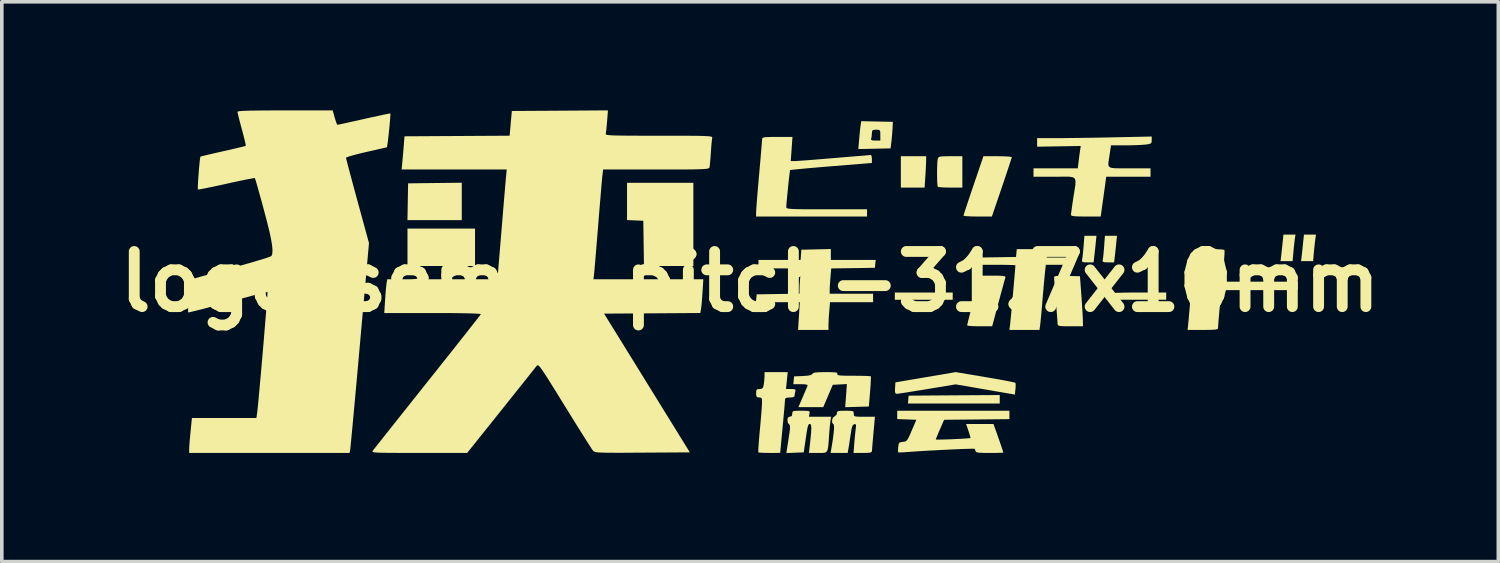
<source format=kicad_pcb>
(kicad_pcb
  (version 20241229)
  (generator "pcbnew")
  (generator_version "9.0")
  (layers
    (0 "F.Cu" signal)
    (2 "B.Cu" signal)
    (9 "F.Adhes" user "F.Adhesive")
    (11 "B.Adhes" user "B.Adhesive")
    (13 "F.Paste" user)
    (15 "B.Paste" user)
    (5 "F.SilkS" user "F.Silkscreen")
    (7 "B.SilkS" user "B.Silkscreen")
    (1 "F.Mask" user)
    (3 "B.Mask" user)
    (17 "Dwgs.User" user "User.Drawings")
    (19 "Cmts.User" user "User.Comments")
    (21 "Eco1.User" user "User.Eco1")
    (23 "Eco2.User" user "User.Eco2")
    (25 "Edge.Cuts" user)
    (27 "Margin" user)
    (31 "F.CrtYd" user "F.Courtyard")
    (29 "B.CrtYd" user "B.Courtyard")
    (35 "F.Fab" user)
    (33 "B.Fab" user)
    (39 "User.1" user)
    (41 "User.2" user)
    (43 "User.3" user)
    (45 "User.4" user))
  (footprint "logo_sema-pitch-31.7x10mm"
    (layer "F.Cu")
    (at 17.678 4.734)
    (property "Reference" "logo_sema-pitch-31.7x10mm" (at 0 0 0) (layer "F.SilkS") (effects (font (size 1.524 1.524) (thickness 0.3))))
    (attr board_only exclude_from_pos_files exclude_from_bom)
    (fp_poly (pts (xy -7.6 -0.433) (xy -9.467 -0.433) (xy -9.467 -1.467) (xy -7.6 -1.467)) (stroke (width 0) (type solid)) (fill yes) (layer "F.SilkS"))
    (fp_poly (pts (xy 5.6 0.5) (xy 4 0.5) (xy 4 0.3) (xy 5.6 0.3)) (stroke (width 0) (type solid)) (fill yes) (layer "F.SilkS"))
    (fp_poly (pts (xy 6.9 3.367) (xy 4.362 3.367) (xy 4.383 3.15) (xy 5.642 3.141) (xy 6.9 3.133)) (stroke (width 0) (type solid)) (fill yes) (layer "F.SilkS"))
    (fp_poly (pts (xy -7.967 -1.7) (xy -9.468 -1.7) (xy -9.459 -2.208) (xy -9.45 -2.717) (xy -8.708 -2.726) (xy -7.967 -2.735)) (stroke (width 0) (type solid)) (fill yes) (layer "F.SilkS"))
    (fp_poly (pts (xy -1.567 -0.433) (xy -2.932 -0.433) (xy -2.95 -1.683) (xy -3.4 -1.703) (xy -3.4 -2.733) (xy -1.567 -2.733)) (stroke (width 0) (type solid)) (fill yes) (layer "F.SilkS"))
    (fp_poly (pts (xy 4.866 -3.358) (xy 4.864 -3.277) (xy 4.858 -3.151) (xy 4.85 -3.002) (xy 4.845 -2.925) (xy 4.823 -2.6) (xy 4.167 -2.6) (xy 4.167 -3.467) (xy 4.867 -3.467)) (stroke (width 0) (type solid)) (fill yes) (layer "F.SilkS"))
    (fp_poly (pts (xy 11.5 0.5) (xy 9.859 0.5) (xy 9.879 0.425) (xy 9.895 0.356) (xy 9.9 0.325) (xy 9.931 0.318) (xy 10.021 0.312) (xy 10.159 0.307) (xy 10.336 0.303) (xy 10.544 0.3) (xy 10.7 0.3) (xy 11.5 0.3)) (stroke (width 0) (type solid)) (fill yes) (layer "F.SilkS"))
    (fp_poly (pts (xy 15.054 -1.175) (xy 15.042 -1.077) (xy 15.027 -0.942) (xy 15.015 -0.808) (xy 14.993 -0.567) (xy 14.66 -0.567) (xy 14.679 -0.725) (xy 14.693 -0.85) (xy 14.709 -1) (xy 14.719 -1.092) (xy 14.74 -1.3) (xy 15.073 -1.3)) (stroke (width 0) (type solid)) (fill yes) (layer "F.SilkS"))
    (fp_poly (pts (xy 15.621 -1.175) (xy 15.609 -1.077) (xy 15.594 -0.942) (xy 15.581 -0.808) (xy 15.56 -0.567) (xy 15.227 -0.567) (xy 15.246 -0.725) (xy 15.26 -0.85) (xy 15.276 -1) (xy 15.285 -1.092) (xy 15.307 -1.3) (xy 15.639 -1.3)) (stroke (width 0) (type solid)) (fill yes) (layer "F.SilkS"))
    (fp_poly (pts (xy 9.552 -1.058) (xy 9.537 -0.914) (xy 9.521 -0.768) (xy 9.512 -0.692) (xy 9.494 -0.533) (xy 9.328 -0.533) (xy 9.23 -0.535) (xy 9.183 -0.547) (xy 9.172 -0.579) (xy 9.179 -0.625) (xy 9.19 -0.701) (xy 9.203 -0.821) (xy 9.216 -0.961) (xy 9.218 -0.992) (xy 9.24 -1.267) (xy 9.573 -1.267)) (stroke (width 0) (type solid)) (fill yes) (layer "F.SilkS"))
    (fp_poly (pts (xy 10.119 -1.058) (xy 10.104 -0.914) (xy 10.088 -0.768) (xy 10.079 -0.692) (xy 10.06 -0.533) (xy 9.895 -0.533) (xy 9.796 -0.537) (xy 9.75 -0.55) (xy 9.742 -0.579) (xy 9.745 -0.592) (xy 9.755 -0.65) (xy 9.767 -0.756) (xy 9.779 -0.891) (xy 9.784 -0.958) (xy 9.807 -1.267) (xy 10.14 -1.267)) (stroke (width 0) (type solid)) (fill yes) (layer "F.SilkS"))
    (fp_poly (pts (xy 5.867 -2.6) (xy 5.539 -2.6) (xy 5.397 -2.602) (xy 5.281 -2.608) (xy 5.207 -2.616) (xy 5.189 -2.622) (xy 5.179 -2.664) (xy 5.172 -2.755) (xy 5.169 -2.88) (xy 5.168 -3.02) (xy 5.17 -3.16) (xy 5.175 -3.282) (xy 5.183 -3.369) (xy 5.188 -3.392) (xy 5.201 -3.426) (xy 5.226 -3.448) (xy 5.277 -3.46) (xy 5.367 -3.465) (xy 5.508 -3.467) (xy 5.537 -3.467) (xy 5.867 -3.467)) (stroke (width 0) (type solid)) (fill yes) (layer "F.SilkS"))
    (fp_poly (pts (xy 6.994 -3.465) (xy 7.119 -3.459) (xy 7.203 -3.451) (xy 7.234 -3.442) (xy 7.223 -3.405) (xy 7.194 -3.313) (xy 7.149 -3.176) (xy 7.091 -3.002) (xy 7.023 -2.799) (xy 6.959 -2.609) (xy 6.683 -1.801) (xy 6.292 -1.8) (xy 6.139 -1.802) (xy 6.014 -1.808) (xy 5.93 -1.815) (xy 5.899 -1.825) (xy 5.909 -1.862) (xy 5.938 -1.954) (xy 5.983 -2.091) (xy 6.041 -2.265) (xy 6.109 -2.468) (xy 6.174 -2.658) (xy 6.449 -3.467) (xy 6.841 -3.467)) (stroke (width 0) (type solid)) (fill yes) (layer "F.SilkS"))
    (fp_poly (pts (xy 6.5 2.637) (xy 6.725 2.675) (xy 6.928 2.711) (xy 7.099 2.743) (xy 7.23 2.769) (xy 7.311 2.788) (xy 7.334 2.796) (xy 7.341 2.839) (xy 7.338 2.923) (xy 7.334 2.969) (xy 7.317 3.12) (xy 6.5 2.979) (xy 5.683 2.838) (xy 4.894 2.969) (xy 4.67 3.006) (xy 4.467 3.038) (xy 4.293 3.066) (xy 4.159 3.086) (xy 4.074 3.098) (xy 4.051 3.1) (xy 4.018 3.087) (xy 4.004 3.039) (xy 4.007 2.942) (xy 4.017 2.783) (xy 5.683 2.499)) (stroke (width 0) (type solid)) (fill yes) (layer "F.SilkS"))
    (fp_poly (pts (xy 6.878 -0.165) (xy 6.986 -0.158) (xy 7.044 -0.147) (xy 7.06 -0.129) (xy 7.059 -0.125) (xy 7.046 -0.081) (xy 7.019 0.016) (xy 6.98 0.158) (xy 6.932 0.333) (xy 6.879 0.53) (xy 6.867 0.575) (xy 6.691 1.233) (xy 6.345 1.233) (xy 6.203 1.231) (xy 6.088 1.225) (xy 6.017 1.216) (xy 5.999 1.208) (xy 6.007 1.17) (xy 6.029 1.077) (xy 6.064 0.939) (xy 6.107 0.767) (xy 6.158 0.57) (xy 6.174 0.509) (xy 6.35 -0.166) (xy 6.712 -0.166)) (stroke (width 0) (type solid)) (fill yes) (layer "F.SilkS"))
    (fp_poly (pts (xy 8.728 -0.16) (xy 8.758 -0.159) (xy 9.117 -0.15) (xy 9.155 0.367) (xy 9.169 0.562) (xy 9.181 0.748) (xy 9.19 0.908) (xy 9.196 1.026) (xy 9.197 1.058) (xy 9.2 1.233) (xy 8.85 1.233) (xy 8.693 1.232) (xy 8.591 1.228) (xy 8.532 1.217) (xy 8.506 1.2) (xy 8.499 1.175) (xy 8.496 1.124) (xy 8.489 1.019) (xy 8.478 0.87) (xy 8.464 0.691) (xy 8.45 0.517) (xy 8.435 0.322) (xy 8.421 0.148) (xy 8.41 0.008) (xy 8.403 -0.088) (xy 8.401 -0.126) (xy 8.417 -0.146) (xy 8.47 -0.157) (xy 8.571 -0.162)) (stroke (width 0) (type solid)) (fill yes) (layer "F.SilkS"))
    (fp_poly (pts (xy 3.51 -4.426) (xy 3.946 -4.417) (xy 3.938 -4.233) (xy 3.927 -4.084) (xy 3.913 -3.924) (xy 3.906 -3.867) (xy 3.883 -3.683) (xy 2.992 -3.665) (xy 3.013 -3.919) (xy 3.346 -3.919) (xy 3.386 -3.903) (xy 3.463 -3.9) (xy 3.6 -3.9) (xy 3.6 -4.05) (xy 3.598 -4.142) (xy 3.581 -4.186) (xy 3.535 -4.199) (xy 3.483 -4.2) (xy 3.405 -4.194) (xy 3.373 -4.166) (xy 3.367 -4.103) (xy 3.36 -4.013) (xy 3.346 -3.953) (xy 3.346 -3.919) (xy 3.013 -3.919) (xy 3.014 -3.924) (xy 3.027 -4.069) (xy 3.041 -4.205) (xy 3.053 -4.305) (xy 3.054 -4.309) (xy 3.073 -4.435)) (stroke (width 0) (type solid)) (fill yes) (layer "F.SilkS"))
    (fp_poly (pts (xy 2.233 -0.6) (xy 3.471 -0.6) (xy 3.45 -0.383) (xy 2.846 -0.374) (xy 2.243 -0.365) (xy 2.221 -0.111) (xy 2.211 0.027) (xy 2.203 0.15) (xy 2.2 0.234) (xy 2.2 0.238) (xy 2.2 0.333) (xy 3.4 0.333) (xy 3.4 0.567) (xy 2.21 0.567) (xy 2.188 0.822) (xy 2.177 0.966) (xy 2.17 1.103) (xy 2.167 1.202) (xy 2.167 1.205) (xy 2.167 1.333) (xy 1.327 1.333) (xy 1.351 0.95) (xy 1.375 0.567) (xy 0.162 0.567) (xy 0.183 0.35) (xy 0.775 0.341) (xy 1.367 0.332) (xy 1.367 0.208) (xy 1.37 0.107) (xy 1.379 -0.027) (xy 1.388 -0.142) (xy 1.41 -0.367) (xy 0.233 -0.367) (xy 0.233 -0.6) (xy 1.396 -0.6) (xy 1.417 -0.883) (xy 2.233 -0.902)) (stroke (width 0) (type solid)) (fill yes) (layer "F.SilkS"))
    (fp_poly (pts (xy 8.2 -0.667) (xy 8.988 -0.667) (xy 8.959 -0.467) (xy 8.174 -0.467) (xy 8.154 -0.292) (xy 8.145 -0.201) (xy 8.131 -0.059) (xy 8.115 0.12) (xy 8.097 0.322) (xy 8.082 0.5) (xy 8.065 0.704) (xy 8.048 0.891) (xy 8.033 1.05) (xy 8.021 1.166) (xy 8.014 1.225) (xy 7.997 1.333) (xy 7.166 1.333) (xy 7.183 1.208) (xy 7.19 1.152) (xy 7.2 1.043) (xy 7.215 0.892) (xy 7.232 0.712) (xy 7.25 0.512) (xy 7.269 0.305) (xy 7.287 0.102) (xy 7.303 -0.085) (xy 7.317 -0.245) (xy 7.327 -0.367) (xy 7.333 -0.439) (xy 7.333 -0.453) (xy 7.302 -0.457) (xy 7.214 -0.461) (xy 7.082 -0.464) (xy 6.915 -0.466) (xy 6.767 -0.467) (xy 6.2 -0.467) (xy 6.2 -0.665) (xy 6.775 -0.674) (xy 7.35 -0.683) (xy 7.371 -0.9) (xy 8.2 -0.9)) (stroke (width 0) (type solid)) (fill yes) (layer "F.SilkS"))
    (fp_poly (pts (xy 12.854 -0.898) (xy 12.984 -0.893) (xy 13.073 -0.885) (xy 13.11 -0.875) (xy 13.113 -0.832) (xy 13.109 -0.736) (xy 13.1 -0.6) (xy 13.086 -0.437) (xy 13.069 -0.258) (xy 13.054 -0.125) (xy 13.04 0) (xy 15.133 0) (xy 15.133 0.233) (xy 13.036 0.233) (xy 13.019 0.342) (xy 13.009 0.418) (xy 12.996 0.541) (xy 12.981 0.692) (xy 12.966 0.855) (xy 12.952 1.012) (xy 12.941 1.148) (xy 12.935 1.245) (xy 12.933 1.277) (xy 12.927 1.3) (xy 12.9 1.316) (xy 12.843 1.326) (xy 12.744 1.331) (xy 12.594 1.333) (xy 12.512 1.333) (xy 12.091 1.333) (xy 12.111 1.142) (xy 12.12 1.055) (xy 12.132 0.914) (xy 12.148 0.729) (xy 12.167 0.513) (xy 12.186 0.278) (xy 12.201 0.1) (xy 12.221 -0.135) (xy 12.239 -0.351) (xy 12.256 -0.538) (xy 12.27 -0.686) (xy 12.281 -0.786) (xy 12.286 -0.825) (xy 12.295 -0.857) (xy 12.316 -0.878) (xy 12.359 -0.891) (xy 12.437 -0.897) (xy 12.56 -0.9) (xy 12.699 -0.9)) (stroke (width 0) (type solid)) (fill yes) (layer "F.SilkS"))
    (fp_poly (pts (xy 2.242 2.501) (xy 2.342 2.506) (xy 2.396 2.516) (xy 2.414 2.533) (xy 2.412 2.55) (xy 2.412 2.57) (xy 2.438 2.584) (xy 2.497 2.593) (xy 2.6 2.598) (xy 2.756 2.6) (xy 2.858 2.6) (xy 3.026 2.601) (xy 3.17 2.604) (xy 3.276 2.608) (xy 3.332 2.613) (xy 3.337 2.615) (xy 3.34 2.651) (xy 3.337 2.741) (xy 3.33 2.871) (xy 3.318 3.028) (xy 3.317 3.04) (xy 3.283 3.45) (xy 2.956 3.46) (xy 2.629 3.469) (xy 2.653 3.149) (xy 2.676 2.83) (xy 2.481 2.84) (xy 2.286 2.85) (xy 2.023 3.467) (xy 1.336 3.467) (xy 1.455 3.192) (xy 1.509 3.064) (xy 1.555 2.958) (xy 1.584 2.889) (xy 1.59 2.875) (xy 1.581 2.851) (xy 1.522 2.837) (xy 1.406 2.833) (xy 1.401 2.833) (xy 1.196 2.833) (xy 1.206 2.725) (xy 1.217 2.617) (xy 1.46 2.607) (xy 1.601 2.597) (xy 1.685 2.578) (xy 1.721 2.55) (xy 1.722 2.549) (xy 1.745 2.526) (xy 1.801 2.511) (xy 1.899 2.503) (xy 2.052 2.5) (xy 2.086 2.5)) (stroke (width 0) (type solid)) (fill yes) (layer "F.SilkS"))
    (fp_poly (pts (xy 1.538 3.568) (xy 1.61 3.573) (xy 1.642 3.589) (xy 1.647 3.619) (xy 1.641 3.65) (xy 1.626 3.733) (xy 2.241 3.733) (xy 2.222 3.842) (xy 2.212 3.925) (xy 2.199 4.051) (xy 2.187 4.198) (xy 2.183 4.25) (xy 2.171 4.438) (xy 2.158 4.57) (xy 2.14 4.656) (xy 2.11 4.705) (xy 2.061 4.727) (xy 1.988 4.734) (xy 1.883 4.733) (xy 1.878 4.733) (xy 1.627 4.733) (xy 1.646 4.575) (xy 1.671 4.346) (xy 1.687 4.176) (xy 1.693 4.057) (xy 1.689 3.982) (xy 1.675 3.943) (xy 1.655 3.933) (xy 1.632 3.936) (xy 1.615 3.952) (xy 1.599 3.991) (xy 1.583 4.061) (xy 1.563 4.174) (xy 1.539 4.338) (xy 1.525 4.433) (xy 1.483 4.717) (xy 1.004 4.736) (xy 1.02 4.626) (xy 1.033 4.541) (xy 1.053 4.415) (xy 1.075 4.271) (xy 1.08 4.239) (xy 1.1 4.099) (xy 1.106 4.012) (xy 1.1 3.965) (xy 1.08 3.944) (xy 1.078 3.943) (xy 1.046 3.901) (xy 1.033 3.83) (xy 1.045 3.758) (xy 1.086 3.734) (xy 1.1 3.733) (xy 1.152 3.714) (xy 1.167 3.65) (xy 1.17 3.607) (xy 1.189 3.582) (xy 1.238 3.571) (xy 1.331 3.567) (xy 1.412 3.567)) (stroke (width 0) (type solid)) (fill yes) (layer "F.SilkS"))
    (fp_poly (pts (xy 2.755 3.568) (xy 2.825 3.575) (xy 2.857 3.593) (xy 2.866 3.628) (xy 2.867 3.65) (xy 2.869 3.69) (xy 2.885 3.714) (xy 2.928 3.727) (xy 3.01 3.732) (xy 3.145 3.733) (xy 3.159 3.733) (xy 3.451 3.733) (xy 3.411 4.175) (xy 3.396 4.344) (xy 3.383 4.492) (xy 3.374 4.606) (xy 3.369 4.67) (xy 3.369 4.675) (xy 3.359 4.705) (xy 3.324 4.723) (xy 3.249 4.731) (xy 3.123 4.733) (xy 3.113 4.733) (xy 2.86 4.733) (xy 2.881 4.458) (xy 2.894 4.31) (xy 2.908 4.171) (xy 2.92 4.067) (xy 2.921 4.055) (xy 2.93 3.973) (xy 2.917 3.94) (xy 2.879 3.939) (xy 2.847 3.957) (xy 2.821 4.005) (xy 2.8 4.096) (xy 2.778 4.234) (xy 2.756 4.379) (xy 2.736 4.512) (xy 2.72 4.609) (xy 2.717 4.625) (xy 2.697 4.733) (xy 2.226 4.733) (xy 2.245 4.625) (xy 2.286 4.373) (xy 2.311 4.177) (xy 2.322 4.037) (xy 2.316 3.958) (xy 2.305 3.94) (xy 2.27 3.9) (xy 2.266 3.831) (xy 2.288 3.762) (xy 2.333 3.724) (xy 2.39 3.679) (xy 2.4 3.636) (xy 2.406 3.6) (xy 2.432 3.579) (xy 2.493 3.569) (xy 2.604 3.567) (xy 2.633 3.567)) (stroke (width 0) (type solid)) (fill yes) (layer "F.SilkS"))
    (fp_poly (pts (xy 1.017 2.733) (xy 0.993 2.967) (xy 1.134 2.967) (xy 1.221 2.971) (xy 1.256 2.989) (xy 1.254 3.019) (xy 1.236 3.099) (xy 1.233 3.136) (xy 1.221 3.178) (xy 1.173 3.197) (xy 1.1 3.2) (xy 1.011 3.207) (xy 0.972 3.231) (xy 0.966 3.258) (xy 0.963 3.308) (xy 0.955 3.413) (xy 0.942 3.563) (xy 0.925 3.747) (xy 0.906 3.954) (xy 0.9 4.017) (xy 0.88 4.225) (xy 0.863 4.409) (xy 0.849 4.56) (xy 0.839 4.667) (xy 0.834 4.721) (xy 0.834 4.725) (xy 0.803 4.73) (xy 0.724 4.733) (xy 0.615 4.734) (xy 0.493 4.732) (xy 0.376 4.73) (xy 0.284 4.725) (xy 0.233 4.72) (xy 0.229 4.718) (xy 0.227 4.682) (xy 0.231 4.59) (xy 0.241 4.453) (xy 0.254 4.281) (xy 0.271 4.093) (xy 0.29 3.888) (xy 0.307 3.695) (xy 0.32 3.53) (xy 0.328 3.405) (xy 0.331 3.342) (xy 0.329 3.252) (xy 0.311 3.211) (xy 0.267 3.2) (xy 0.25 3.2) (xy 0.194 3.191) (xy 0.171 3.152) (xy 0.167 3.083) (xy 0.172 3.005) (xy 0.201 2.973) (xy 0.262 2.967) (xy 0.327 2.958) (xy 0.36 2.921) (xy 0.379 2.842) (xy 0.393 2.724) (xy 0.4 2.612) (xy 0.4 2.608) (xy 0.4 2.5) (xy 1.04 2.5)) (stroke (width 0) (type solid)) (fill yes) (layer "F.SilkS"))
    (fp_poly (pts (xy 11.1 -3.91) (xy 11.096 -3.851) (xy 11.072 -3.818) (xy 11.012 -3.8) (xy 10.925 -3.788) (xy 10.819 -3.78) (xy 10.668 -3.773) (xy 10.495 -3.768) (xy 10.362 -3.767) (xy 9.975 -3.767) (xy 9.937 -3.515) (xy 9.916 -3.379) (xy 9.902 -3.279) (xy 9.905 -3.21) (xy 9.933 -3.167) (xy 9.993 -3.143) (xy 10.095 -3.134) (xy 10.246 -3.132) (xy 10.454 -3.133) (xy 10.483 -3.133) (xy 11.067 -3.133) (xy 11.067 -2.9) (xy 9.843 -2.9) (xy 9.767 -2.35) (xy 9.69 -1.8) (xy 9.278 -1.8) (xy 9.095 -1.802) (xy 8.971 -1.808) (xy 8.898 -1.819) (xy 8.869 -1.836) (xy 8.867 -1.842) (xy 8.872 -1.889) (xy 8.886 -1.988) (xy 8.905 -2.126) (xy 8.929 -2.288) (xy 8.933 -2.317) (xy 8.967 -2.526) (xy 8.99 -2.678) (xy 8.994 -2.784) (xy 8.973 -2.85) (xy 8.918 -2.886) (xy 8.822 -2.901) (xy 8.676 -2.902) (xy 8.474 -2.9) (xy 8.417 -2.9) (xy 7.833 -2.9) (xy 7.833 -3.133) (xy 9.057 -3.133) (xy 9.08 -3.325) (xy 9.096 -3.455) (xy 9.113 -3.578) (xy 9.121 -3.633) (xy 9.139 -3.75) (xy 8.536 -3.74) (xy 7.933 -3.73) (xy 7.933 -3.967) (xy 8.461 -3.967) (xy 8.633 -3.967) (xy 8.858 -3.97) (xy 9.121 -3.973) (xy 9.408 -3.977) (xy 9.705 -3.982) (xy 9.998 -3.988) (xy 10.045 -3.989) (xy 11.1 -4.011)) (stroke (width 0) (type solid)) (fill yes) (layer "F.SilkS"))
    (fp_poly (pts (xy 1.125 -3.333) (xy 1.238 -3.333) (xy 1.3 -3.336) (xy 1.419 -3.344) (xy 1.585 -3.356) (xy 1.789 -3.372) (xy 2.021 -3.391) (xy 2.273 -3.412) (xy 2.333 -3.417) (xy 2.582 -3.438) (xy 2.81 -3.457) (xy 3.008 -3.473) (xy 3.167 -3.486) (xy 3.279 -3.495) (xy 3.336 -3.5) (xy 3.341 -3.5) (xy 3.358 -3.471) (xy 3.367 -3.4) (xy 3.367 -3.391) (xy 3.367 -3.281) (xy 2.243 -3.189) (xy 1.976 -3.167) (xy 1.732 -3.146) (xy 1.517 -3.127) (xy 1.339 -3.11) (xy 1.207 -3.097) (xy 1.127 -3.088) (xy 1.107 -3.085) (xy 1.1 -3.05) (xy 1.089 -2.963) (xy 1.074 -2.837) (xy 1.058 -2.687) (xy 1.042 -2.526) (xy 1.026 -2.369) (xy 1.013 -2.229) (xy 1.004 -2.12) (xy 1.001 -2.058) (xy 1.004 -2.043) (xy 1.02 -2.03) (xy 1.053 -2.02) (xy 1.112 -2.013) (xy 1.202 -2.007) (xy 1.331 -2.004) (xy 1.504 -2.001) (xy 1.728 -2) (xy 2.01 -2) (xy 2.117 -2) (xy 3.233 -2) (xy 3.233 -1.8) (xy 0.167 -1.8) (xy 0.167 -1.91) (xy 0.17 -1.971) (xy 0.178 -2.089) (xy 0.19 -2.254) (xy 0.207 -2.456) (xy 0.226 -2.685) (xy 0.248 -2.932) (xy 0.25 -2.951) (xy 0.271 -3.196) (xy 0.291 -3.421) (xy 0.307 -3.617) (xy 0.321 -3.774) (xy 0.329 -3.885) (xy 0.333 -3.939) (xy 0.333 -3.942) (xy 0.339 -3.966) (xy 0.364 -3.982) (xy 0.419 -3.993) (xy 0.514 -3.998) (xy 0.66 -4) (xy 0.753 -4) (xy 1.172 -4)) (stroke (width 0) (type solid)) (fill yes) (layer "F.SilkS"))
    (fp_poly (pts (xy 7.167 3.799) (xy 6.265 3.808) (xy 5.363 3.817) (xy 5.248 4.081) (xy 5.196 4.201) (xy 5.157 4.297) (xy 5.135 4.353) (xy 5.133 4.361) (xy 5.164 4.364) (xy 5.247 4.364) (xy 5.368 4.361) (xy 5.513 4.357) (xy 5.667 4.35) (xy 5.816 4.343) (xy 5.945 4.335) (xy 6.041 4.328) (xy 6.088 4.321) (xy 6.091 4.32) (xy 6.086 4.287) (xy 6.063 4.208) (xy 6.035 4.122) (xy 5.97 3.933) (xy 6.727 3.933) (xy 6.766 4.042) (xy 6.8 4.135) (xy 6.842 4.256) (xy 6.888 4.388) (xy 6.932 4.516) (xy 6.969 4.625) (xy 6.993 4.699) (xy 7 4.723) (xy 6.969 4.727) (xy 6.884 4.73) (xy 6.759 4.733) (xy 6.617 4.733) (xy 6.447 4.732) (xy 6.334 4.727) (xy 6.268 4.716) (xy 6.238 4.7) (xy 6.233 4.685) (xy 6.215 4.63) (xy 6.204 4.619) (xy 6.165 4.617) (xy 6.07 4.618) (xy 5.928 4.622) (xy 5.75 4.629) (xy 5.545 4.638) (xy 5.323 4.649) (xy 5.095 4.661) (xy 4.869 4.674) (xy 4.657 4.686) (xy 4.468 4.699) (xy 4.312 4.71) (xy 4.278 4.713) (xy 4.178 4.719) (xy 4.11 4.719) (xy 4.093 4.716) (xy 4.089 4.678) (xy 4.092 4.599) (xy 4.094 4.57) (xy 4.107 4.484) (xy 4.136 4.444) (xy 4.2 4.429) (xy 4.223 4.427) (xy 4.278 4.419) (xy 4.319 4.4) (xy 4.355 4.356) (xy 4.397 4.277) (xy 4.452 4.151) (xy 4.467 4.117) (xy 4.595 3.817) (xy 4.331 3.807) (xy 4.067 3.797) (xy 4.067 3.567) (xy 7.167 3.567)) (stroke (width 0) (type solid)) (fill yes) (layer "F.SilkS"))
    (fp_poly (pts (xy -11.478 -4.533) (xy -11.446 -4.429) (xy -11.419 -4.358) (xy -11.403 -4.334) (xy -11.366 -4.342) (xy -11.274 -4.361) (xy -11.136 -4.392) (xy -10.961 -4.43) (xy -10.761 -4.475) (xy -10.667 -4.496) (xy -10.458 -4.543) (xy -10.272 -4.583) (xy -10.119 -4.616) (xy -10.008 -4.638) (xy -9.948 -4.649) (xy -9.94 -4.649) (xy -9.939 -4.615) (xy -9.944 -4.53) (xy -9.954 -4.409) (xy -9.967 -4.267) (xy -9.982 -4.119) (xy -9.997 -3.981) (xy -10.01 -3.867) (xy -10.018 -3.815) (xy -10.034 -3.714) (xy -10.6 -3.585) (xy -10.784 -3.542) (xy -10.943 -3.501) (xy -11.067 -3.465) (xy -11.144 -3.438) (xy -11.167 -3.424) (xy -11.158 -3.386) (xy -11.134 -3.291) (xy -11.096 -3.146) (xy -11.046 -2.959) (xy -10.987 -2.738) (xy -10.92 -2.489) (xy -10.849 -2.23) (xy -10.531 -1.067) (xy -10.784 1.758) (xy -10.822 2.187) (xy -10.859 2.598) (xy -10.894 2.985) (xy -10.927 3.345) (xy -10.957 3.672) (xy -10.984 3.961) (xy -11.007 4.206) (xy -11.026 4.404) (xy -11.04 4.548) (xy -11.049 4.635) (xy -11.052 4.658) (xy -11.068 4.733) (xy -15.5 4.733) (xy -15.5 4.627) (xy -15.497 4.551) (xy -15.488 4.427) (xy -15.474 4.274) (xy -15.462 4.144) (xy -15.424 3.767) (xy -13.642 3.767) (xy -13.624 3.642) (xy -13.615 3.567) (xy -13.601 3.439) (xy -13.584 3.265) (xy -13.565 3.053) (xy -13.543 2.81) (xy -13.519 2.543) (xy -13.494 2.262) (xy -13.469 1.973) (xy -13.444 1.684) (xy -13.421 1.402) (xy -13.399 1.136) (xy -13.379 0.893) (xy -13.362 0.68) (xy -13.349 0.506) (xy -13.34 0.377) (xy -13.336 0.303) (xy -13.336 0.286) (xy -13.371 0.291) (xy -13.462 0.312) (xy -13.602 0.347) (xy -13.784 0.394) (xy -13.999 0.452) (xy -14.242 0.517) (xy -14.431 0.569) (xy -14.688 0.639) (xy -14.924 0.702) (xy -15.132 0.756) (xy -15.304 0.8) (xy -15.432 0.831) (xy -15.508 0.848) (xy -15.528 0.85) (xy -15.531 0.813) (xy -15.529 0.724) (xy -15.522 0.6) (xy -15.511 0.455) (xy -15.499 0.304) (xy -15.486 0.162) (xy -15.473 0.045) (xy -15.462 -0.033) (xy -15.455 -0.056) (xy -15.42 -0.068) (xy -15.329 -0.096) (xy -15.188 -0.137) (xy -15.005 -0.188) (xy -14.788 -0.249) (xy -14.545 -0.316) (xy -14.346 -0.371) (xy -14.086 -0.443) (xy -13.847 -0.511) (xy -13.636 -0.573) (xy -13.461 -0.626) (xy -13.33 -0.668) (xy -13.249 -0.698) (xy -13.226 -0.71) (xy -13.204 -0.772) (xy -13.197 -0.867) (xy -13.208 -0.998) (xy -13.237 -1.172) (xy -13.284 -1.394) (xy -13.352 -1.668) (xy -13.435 -1.982) (xy -13.497 -2.211) (xy -13.555 -2.419) (xy -13.604 -2.596) (xy -13.644 -2.735) (xy -13.672 -2.827) (xy -13.685 -2.862) (xy -13.685 -2.863) (xy -13.72 -2.86) (xy -13.812 -2.844) (xy -13.95 -2.817) (xy -14.125 -2.781) (xy -14.329 -2.737) (xy -14.472 -2.705) (xy -14.689 -2.657) (xy -14.884 -2.616) (xy -15.047 -2.583) (xy -15.17 -2.559) (xy -15.243 -2.548) (xy -15.26 -2.548) (xy -15.262 -2.585) (xy -15.259 -2.673) (xy -15.253 -2.796) (xy -15.242 -2.941) (xy -15.231 -3.092) (xy -15.218 -3.234) (xy -15.206 -3.352) (xy -15.195 -3.431) (xy -15.189 -3.456) (xy -15.154 -3.466) (xy -15.065 -3.488) (xy -14.931 -3.52) (xy -14.763 -3.559) (xy -14.571 -3.602) (xy -14.564 -3.604) (xy -14.371 -3.647) (xy -14.201 -3.687) (xy -14.066 -3.719) (xy -13.974 -3.742) (xy -13.936 -3.753) (xy -13.936 -3.754) (xy -13.94 -3.789) (xy -13.958 -3.876) (xy -13.989 -4.003) (xy -14.03 -4.159) (xy -14.045 -4.213) (xy -14.089 -4.377) (xy -14.126 -4.52) (xy -14.153 -4.629) (xy -14.166 -4.689) (xy -14.167 -4.696) (xy -14.145 -4.706) (xy -14.077 -4.715) (xy -13.961 -4.721) (xy -13.792 -4.727) (xy -13.567 -4.73) (xy -13.283 -4.732) (xy -12.936 -4.733) (xy -12.85 -4.733) (xy -11.534 -4.733)) (stroke (width 0) (type solid)) (fill yes) (layer "F.SilkS"))
    (fp_poly (pts (xy -3.95 -4.442) (xy -3.962 -4.303) (xy -3.974 -4.185) (xy -3.985 -4.106) (xy -3.988 -4.092) (xy -3.989 -4.078) (xy -3.979 -4.066) (xy -3.952 -4.057) (xy -3.904 -4.05) (xy -3.827 -4.044) (xy -3.718 -4.04) (xy -3.569 -4.037) (xy -3.375 -4.035) (xy -3.131 -4.034) (xy -2.831 -4.033) (xy -2.517 -4.033) (xy -2.163 -4.033) (xy -1.87 -4.033) (xy -1.632 -4.032) (xy -1.444 -4.03) (xy -1.301 -4.027) (xy -1.195 -4.022) (xy -1.122 -4.016) (xy -1.077 -4.009) (xy -1.053 -3.999) (xy -1.044 -3.987) (xy -1.045 -3.975) (xy -1.054 -3.919) (xy -1.065 -3.812) (xy -1.076 -3.674) (xy -1.083 -3.567) (xy -1.094 -3.415) (xy -1.105 -3.285) (xy -1.115 -3.192) (xy -1.121 -3.158) (xy -1.129 -3.144) (xy -1.147 -3.133) (xy -1.18 -3.123) (xy -1.236 -3.116) (xy -1.32 -3.11) (xy -1.437 -3.106) (xy -1.594 -3.103) (xy -1.795 -3.101) (xy -2.048 -3.1) (xy -2.358 -3.1) (xy -2.599 -3.1) (xy -4.06 -3.1) (xy -4.08 -2.942) (xy -4.087 -2.873) (xy -4.099 -2.746) (xy -4.114 -2.569) (xy -4.132 -2.352) (xy -4.153 -2.103) (xy -4.176 -1.829) (xy -4.199 -1.541) (xy -4.199 -1.533) (xy -4.223 -1.247) (xy -4.245 -0.978) (xy -4.265 -0.734) (xy -4.283 -0.524) (xy -4.297 -0.356) (xy -4.308 -0.237) (xy -4.314 -0.177) (xy -4.314 -0.175) (xy -4.329 -0.067) (xy -1.291 -0.067) (xy -1.314 0.292) (xy -1.325 0.452) (xy -1.337 0.598) (xy -1.349 0.71) (xy -1.355 0.758) (xy -1.374 0.866) (xy -2.704 0.875) (xy -4.034 0.883) (xy -2.849 2.8) (xy -1.664 4.717) (xy -2.972 4.725) (xy -3.303 4.727) (xy -3.574 4.729) (xy -3.791 4.728) (xy -3.961 4.727) (xy -4.089 4.724) (xy -4.183 4.719) (xy -4.248 4.712) (xy -4.29 4.702) (xy -4.318 4.69) (xy -4.336 4.676) (xy -4.336 4.675) (xy -4.365 4.635) (xy -4.425 4.544) (xy -4.511 4.409) (xy -4.621 4.236) (xy -4.749 4.031) (xy -4.893 3.801) (xy -5.047 3.552) (xy -5.118 3.438) (xy -5.296 3.149) (xy -5.443 2.912) (xy -5.562 2.722) (xy -5.656 2.575) (xy -5.729 2.465) (xy -5.783 2.389) (xy -5.823 2.34) (xy -5.851 2.315) (xy -5.872 2.309) (xy -5.887 2.317) (xy -5.897 2.328) (xy -5.929 2.368) (xy -5.997 2.454) (xy -6.098 2.581) (xy -6.228 2.744) (xy -6.381 2.935) (xy -6.553 3.151) (xy -6.74 3.385) (xy -6.883 3.565) (xy -7.817 4.732) (xy -9.144 4.733) (xy -9.476 4.733) (xy -9.747 4.732) (xy -9.963 4.731) (xy -10.13 4.729) (xy -10.254 4.726) (xy -10.341 4.721) (xy -10.396 4.714) (xy -10.426 4.706) (xy -10.436 4.695) (xy -10.432 4.681) (xy -10.427 4.673) (xy -10.399 4.637) (xy -10.334 4.554) (xy -10.233 4.427) (xy -10.102 4.261) (xy -9.942 4.06) (xy -9.759 3.829) (xy -9.554 3.571) (xy -9.332 3.292) (xy -9.096 2.995) (xy -8.917 2.77) (xy -8.674 2.465) (xy -8.443 2.174) (xy -8.227 1.903) (xy -8.031 1.655) (xy -7.857 1.435) (xy -7.709 1.246) (xy -7.59 1.094) (xy -7.503 0.983) (xy -7.452 0.916) (xy -7.439 0.897) (xy -7.469 0.89) (xy -7.56 0.883) (xy -7.709 0.877) (xy -7.911 0.873) (xy -8.161 0.869) (xy -8.454 0.867) (xy -8.768 0.867) (xy -10.109 0.867) (xy -10.086 0.508) (xy -10.075 0.348) (xy -10.063 0.202) (xy -10.051 0.089) (xy -10.045 0.042) (xy -10.026 -0.067) (xy -6.981 -0.067) (xy -6.871 -1.392) (xy -6.846 -1.69) (xy -6.823 -1.975) (xy -6.801 -2.238) (xy -6.781 -2.47) (xy -6.765 -2.663) (xy -6.752 -2.808) (xy -6.744 -2.897) (xy -6.743 -2.908) (xy -6.724 -3.1) (xy -8.176 -3.1) (xy -9.629 -3.1) (xy -9.612 -3.275) (xy -9.601 -3.395) (xy -9.587 -3.55) (xy -9.574 -3.711) (xy -9.572 -3.733) (xy -9.55 -4.017) (xy -6.644 -4.034) (xy -6.614 -4.375) (xy -6.583 -4.717) (xy -5.255 -4.725) (xy -3.927 -4.734)) (stroke (width 0) (type solid)) (fill yes) (layer "F.SilkS")))
  (gr_rect
    (start -3 -3)
    (end 38.357 12.47)
    (stroke (width 0.1) (type default))
    (fill no)
    (layer "Edge.Cuts")))
</source>
